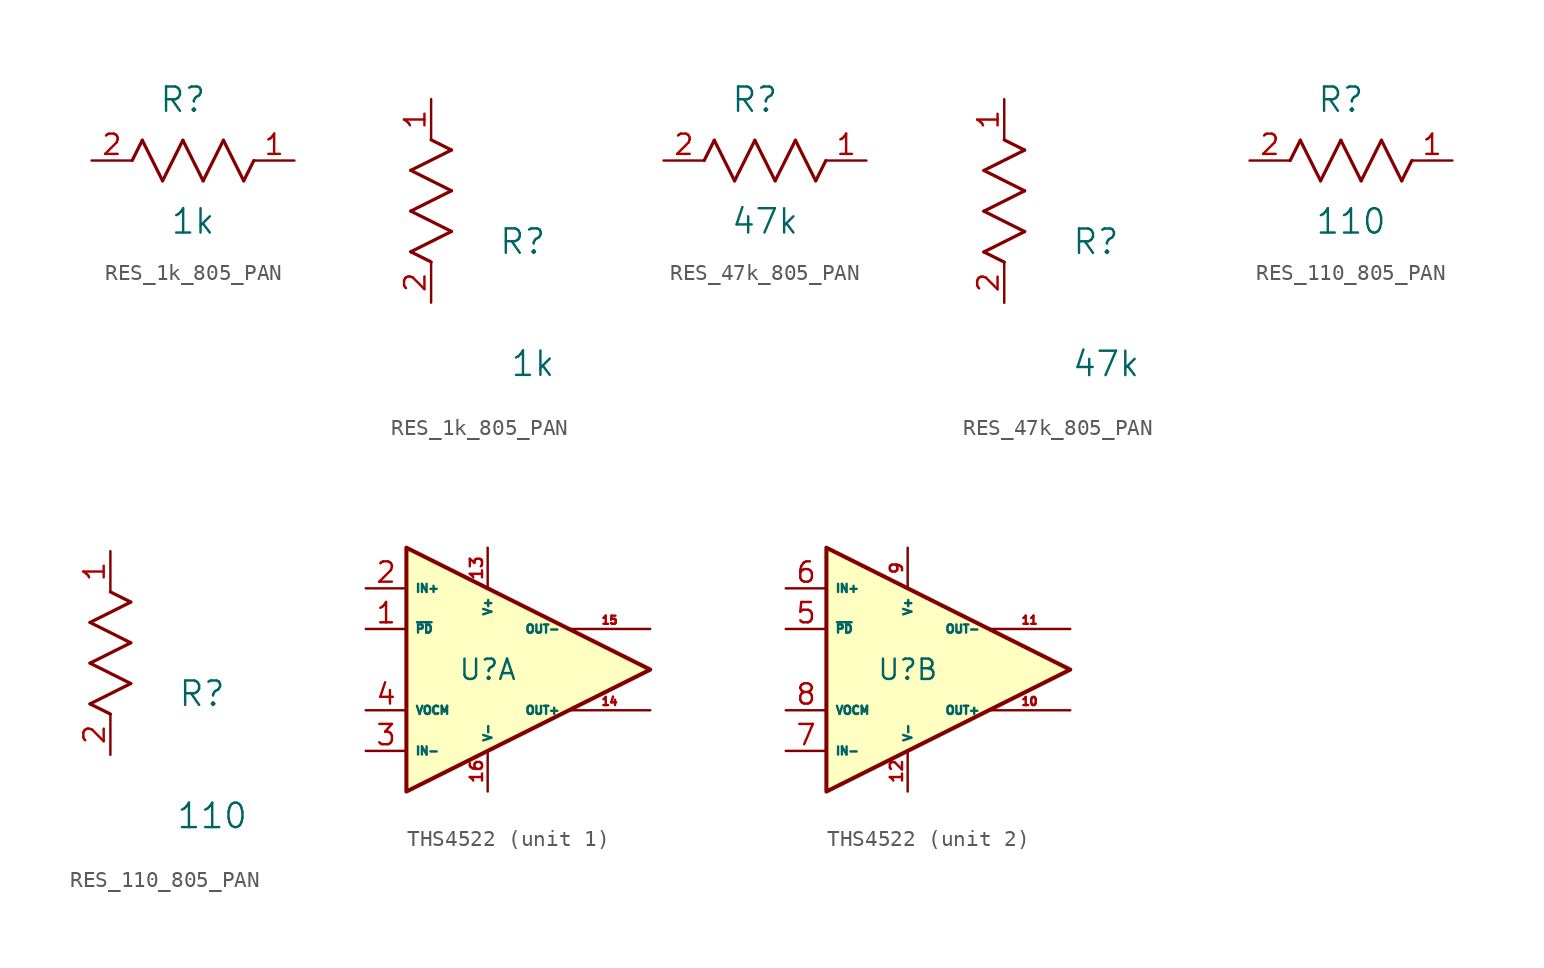
<source format=kicad_sym>
(kicad_symbol_lib
  (version 20231120)
  (generator "kicad_symbol_editor")
  (generator_version "8.0")
  (symbol "RES_1k_805_PAN"
    (pin_names
      (offset 0.254))
    (property "Reference" "R"
      (at 5.715 3.81 0)
      (effects (font (size 1.524 1.524))))
    (property "Value" "1k"
      (at 6.35 -3.81 0)
      (effects (font (size 1.524 1.524))))
    (symbol "RES_1k_805_PAN_1_1"
      (polyline (pts (xy 2.54 0) (xy 3.175 1.27)) (stroke (width 0.203) (type default)) (fill (type none)))
      (polyline (pts (xy 3.175 1.27) (xy 4.445 -1.27)) (stroke (width 0.203) (type default)) (fill (type none)))
      (polyline (pts (xy 4.445 -1.27) (xy 5.715 1.27)) (stroke (width 0.203) (type default)) (fill (type none)))
      (polyline (pts (xy 5.715 1.27) (xy 6.985 -1.27)) (stroke (width 0.203) (type default)) (fill (type none)))
      (polyline (pts (xy 6.985 -1.27) (xy 8.255 1.27)) (stroke (width 0.203) (type default)) (fill (type none)))
      (polyline (pts (xy 8.255 1.27) (xy 9.525 -1.27)) (stroke (width 0.203) (type default)) (fill (type none)))
      (polyline (pts (xy 9.525 -1.27) (xy 10.16 0)) (stroke (width 0.203) (type default)) (fill (type none)))
      (pin unspecified line (at 12.7 0 180) (length 2.54) (name "" (effects (font (size 1.27 1.27)))) (number "1" (effects (font (size 1.27 1.27)))))
      (pin unspecified line (at 0 0 0) (length 2.54) (name "" (effects (font (size 1.27 1.27)))) (number "2" (effects (font (size 1.27 1.27))))))
    (symbol "RES_1k_805_PAN_1_2"
      (polyline (pts (xy -1.27 3.175) (xy 1.27 4.445)) (stroke (width 0.203) (type default)) (fill (type none)))
      (polyline (pts (xy -1.27 5.715) (xy 1.27 6.985)) (stroke (width 0.203) (type default)) (fill (type none)))
      (polyline (pts (xy -1.27 8.255) (xy 1.27 9.525)) (stroke (width 0.203) (type default)) (fill (type none)))
      (polyline (pts (xy 0 2.54) (xy -1.27 3.175)) (stroke (width 0.203) (type default)) (fill (type none)))
      (polyline (pts (xy 1.27 4.445) (xy -1.27 5.715)) (stroke (width 0.203) (type default)) (fill (type none)))
      (polyline (pts (xy 1.27 6.985) (xy -1.27 8.255)) (stroke (width 0.203) (type default)) (fill (type none)))
      (polyline (pts (xy 1.27 9.525) (xy 0 10.16)) (stroke (width 0.203) (type default)) (fill (type none)))
      (pin unspecified line (at 0 12.7 270) (length 2.54) (name "" (effects (font (size 1.27 1.27)))) (number "1" (effects (font (size 1.27 1.27)))))
      (pin unspecified line (at 0 0 90) (length 2.54) (name "" (effects (font (size 1.27 1.27)))) (number "2" (effects (font (size 1.27 1.27)))))))
  (symbol "RES_47k_805_PAN"
    (pin_names
      (offset 0.254))
    (property "Reference" "R"
      (at 5.715 3.81 0)
      (effects (font (size 1.524 1.524))))
    (property "Value" "47k"
      (at 6.35 -3.81 0)
      (effects (font (size 1.524 1.524))))
    (symbol "RES_47k_805_PAN_1_1"
      (polyline (pts (xy 2.54 0) (xy 3.175 1.27)) (stroke (width 0.203) (type default)) (fill (type none)))
      (polyline (pts (xy 3.175 1.27) (xy 4.445 -1.27)) (stroke (width 0.203) (type default)) (fill (type none)))
      (polyline (pts (xy 4.445 -1.27) (xy 5.715 1.27)) (stroke (width 0.203) (type default)) (fill (type none)))
      (polyline (pts (xy 5.715 1.27) (xy 6.985 -1.27)) (stroke (width 0.203) (type default)) (fill (type none)))
      (polyline (pts (xy 6.985 -1.27) (xy 8.255 1.27)) (stroke (width 0.203) (type default)) (fill (type none)))
      (polyline (pts (xy 8.255 1.27) (xy 9.525 -1.27)) (stroke (width 0.203) (type default)) (fill (type none)))
      (polyline (pts (xy 9.525 -1.27) (xy 10.16 0)) (stroke (width 0.203) (type default)) (fill (type none)))
      (pin unspecified line (at 12.7 0 180) (length 2.54) (name "" (effects (font (size 1.27 1.27)))) (number "1" (effects (font (size 1.27 1.27)))))
      (pin unspecified line (at 0 0 0) (length 2.54) (name "" (effects (font (size 1.27 1.27)))) (number "2" (effects (font (size 1.27 1.27))))))
    (symbol "RES_47k_805_PAN_1_2"
      (polyline (pts (xy -1.27 3.175) (xy 1.27 4.445)) (stroke (width 0.203) (type default)) (fill (type none)))
      (polyline (pts (xy -1.27 5.715) (xy 1.27 6.985)) (stroke (width 0.203) (type default)) (fill (type none)))
      (polyline (pts (xy -1.27 8.255) (xy 1.27 9.525)) (stroke (width 0.203) (type default)) (fill (type none)))
      (polyline (pts (xy 0 2.54) (xy -1.27 3.175)) (stroke (width 0.203) (type default)) (fill (type none)))
      (polyline (pts (xy 1.27 4.445) (xy -1.27 5.715)) (stroke (width 0.203) (type default)) (fill (type none)))
      (polyline (pts (xy 1.27 6.985) (xy -1.27 8.255)) (stroke (width 0.203) (type default)) (fill (type none)))
      (polyline (pts (xy 1.27 9.525) (xy 0 10.16)) (stroke (width 0.203) (type default)) (fill (type none)))
      (pin unspecified line (at 0 12.7 270) (length 2.54) (name "" (effects (font (size 1.27 1.27)))) (number "1" (effects (font (size 1.27 1.27)))))
      (pin unspecified line (at 0 0 90) (length 2.54) (name "" (effects (font (size 1.27 1.27)))) (number "2" (effects (font (size 1.27 1.27)))))))
  (symbol "RES_110_805_PAN"
    (pin_names
      (offset 0.254))
    (property "Reference" "R"
      (at 5.715 3.81 0)
      (effects (font (size 1.524 1.524))))
    (property "Value" "110"
      (at 6.35 -3.81 0)
      (effects (font (size 1.524 1.524))))
    (symbol "RES_110_805_PAN_1_1"
      (polyline (pts (xy 2.54 0) (xy 3.175 1.27)) (stroke (width 0.203) (type default)) (fill (type none)))
      (polyline (pts (xy 3.175 1.27) (xy 4.445 -1.27)) (stroke (width 0.203) (type default)) (fill (type none)))
      (polyline (pts (xy 4.445 -1.27) (xy 5.715 1.27)) (stroke (width 0.203) (type default)) (fill (type none)))
      (polyline (pts (xy 5.715 1.27) (xy 6.985 -1.27)) (stroke (width 0.203) (type default)) (fill (type none)))
      (polyline (pts (xy 6.985 -1.27) (xy 8.255 1.27)) (stroke (width 0.203) (type default)) (fill (type none)))
      (polyline (pts (xy 8.255 1.27) (xy 9.525 -1.27)) (stroke (width 0.203) (type default)) (fill (type none)))
      (polyline (pts (xy 9.525 -1.27) (xy 10.16 0)) (stroke (width 0.203) (type default)) (fill (type none)))
      (pin unspecified line (at 12.7 0 180) (length 2.54) (name "" (effects (font (size 1.27 1.27)))) (number "1" (effects (font (size 1.27 1.27)))))
      (pin unspecified line (at 0 0 0) (length 2.54) (name "" (effects (font (size 1.27 1.27)))) (number "2" (effects (font (size 1.27 1.27))))))
    (symbol "RES_110_805_PAN_1_2"
      (polyline (pts (xy -1.27 3.175) (xy 1.27 4.445)) (stroke (width 0.203) (type default)) (fill (type none)))
      (polyline (pts (xy -1.27 5.715) (xy 1.27 6.985)) (stroke (width 0.203) (type default)) (fill (type none)))
      (polyline (pts (xy -1.27 8.255) (xy 1.27 9.525)) (stroke (width 0.203) (type default)) (fill (type none)))
      (polyline (pts (xy 0 2.54) (xy -1.27 3.175)) (stroke (width 0.203) (type default)) (fill (type none)))
      (polyline (pts (xy 1.27 4.445) (xy -1.27 5.715)) (stroke (width 0.203) (type default)) (fill (type none)))
      (polyline (pts (xy 1.27 6.985) (xy -1.27 8.255)) (stroke (width 0.203) (type default)) (fill (type none)))
      (polyline (pts (xy 1.27 9.525) (xy 0 10.16)) (stroke (width 0.203) (type default)) (fill (type none)))
      (pin unspecified line (at 0 12.7 270) (length 2.54) (name "" (effects (font (size 1.27 1.27)))) (number "1" (effects (font (size 1.27 1.27)))))
      (pin unspecified line (at 0 0 90) (length 2.54) (name "" (effects (font (size 1.27 1.27)))) (number "2" (effects (font (size 1.27 1.27)))))))
  (symbol "THS4522"
    (property "Reference" "U"
      (at 0 0 0)
      (effects (font (size 1.27 1.27))))
    (property "Value" ""
      (at 0 0 0)
      (effects (font (size 1.27 1.27))))
    (property "ki_locked" ""
      (at 0 0 0)
      (effects (font (size 1.27 1.27))))
    (symbol "THS4522_1_1"
      (polyline (pts (xy -5.08 7.62) (xy -5.08 -7.62) (xy 10.16 0) (xy -5.08 7.62)) (stroke (width 0.254) (type default)) (fill (type background)))
      (pin input line (at -7.62 2.54 0) (length 2.54) (name "~{PD}" (effects (font (size 0.508 0.508)))) (number "1" (effects (font (size 1.27 1.27)))))
      (pin power_in line (at 0 7.62 270) (length 2.54) (name "V+" (effects (font (size 0.508 0.508)))) (number "13" (effects (font (size 0.762 0.762)))))
      (pin output line (at 10.16 -2.54 180) (length 5.08) (name "OUT+" (effects (font (size 0.508 0.508)))) (number "14" (effects (font (size 0.508 0.508)))))
      (pin output line (at 10.16 2.54 180) (length 5.08) (name "OUT-" (effects (font (size 0.508 0.508)))) (number "15" (effects (font (size 0.508 0.508)))))
      (pin power_in line (at 0 -7.62 90) (length 2.54) (name "V-" (effects (font (size 0.508 0.508)))) (number "16" (effects (font (size 0.762 0.762)))))
      (pin input line (at -7.62 5.08 0) (length 2.54) (name "IN+" (effects (font (size 0.508 0.508)))) (number "2" (effects (font (size 1.27 1.27)))))
      (pin input line (at -7.62 -5.08 0) (length 2.54) (name "IN-" (effects (font (size 0.508 0.508)))) (number "3" (effects (font (size 1.27 1.27)))))
      (pin input line (at -7.62 -2.54 0) (length 2.54) (name "VOCM" (effects (font (size 0.508 0.508)))) (number "4" (effects (font (size 1.27 1.27))))))
    (symbol "THS4522_2_1"
      (polyline (pts (xy -5.08 7.62) (xy -5.08 -7.62) (xy 10.16 0) (xy -5.08 7.62)) (stroke (width 0.254) (type default)) (fill (type background)))
      (pin output line (at 10.16 -2.54 180) (length 5.08) (name "OUT+" (effects (font (size 0.508 0.508)))) (number "10" (effects (font (size 0.508 0.508)))))
      (pin output line (at 10.16 2.54 180) (length 5.08) (name "OUT-" (effects (font (size 0.508 0.508)))) (number "11" (effects (font (size 0.508 0.508)))))
      (pin power_in line (at 0 -7.62 90) (length 2.54) (name "V-" (effects (font (size 0.508 0.508)))) (number "12" (effects (font (size 0.762 0.762)))))
      (pin input line (at -7.62 2.54 0) (length 2.54) (name "~{PD}" (effects (font (size 0.508 0.508)))) (number "5" (effects (font (size 1.27 1.27)))))
      (pin input line (at -7.62 5.08 0) (length 2.54) (name "IN+" (effects (font (size 0.508 0.508)))) (number "6" (effects (font (size 1.27 1.27)))))
      (pin input line (at -7.62 -5.08 0) (length 2.54) (name "IN-" (effects (font (size 0.508 0.508)))) (number "7" (effects (font (size 1.27 1.27)))))
      (pin input line (at -7.62 -2.54 0) (length 2.54) (name "VOCM" (effects (font (size 0.508 0.508)))) (number "8" (effects (font (size 1.27 1.27)))))
      (pin power_in line (at 0 7.62 270) (length 2.54) (name "V+" (effects (font (size 0.508 0.508)))) (number "9" (effects (font (size 0.762 0.762))))))))
</source>
